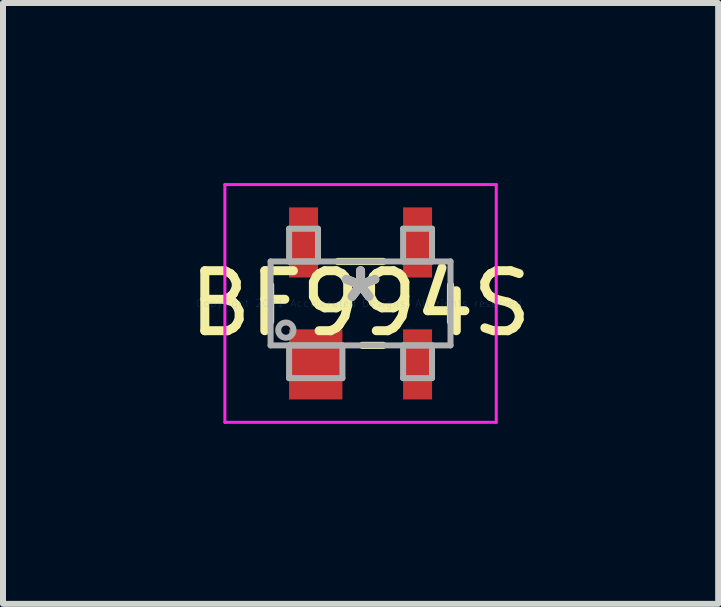
<source format=kicad_pcb>
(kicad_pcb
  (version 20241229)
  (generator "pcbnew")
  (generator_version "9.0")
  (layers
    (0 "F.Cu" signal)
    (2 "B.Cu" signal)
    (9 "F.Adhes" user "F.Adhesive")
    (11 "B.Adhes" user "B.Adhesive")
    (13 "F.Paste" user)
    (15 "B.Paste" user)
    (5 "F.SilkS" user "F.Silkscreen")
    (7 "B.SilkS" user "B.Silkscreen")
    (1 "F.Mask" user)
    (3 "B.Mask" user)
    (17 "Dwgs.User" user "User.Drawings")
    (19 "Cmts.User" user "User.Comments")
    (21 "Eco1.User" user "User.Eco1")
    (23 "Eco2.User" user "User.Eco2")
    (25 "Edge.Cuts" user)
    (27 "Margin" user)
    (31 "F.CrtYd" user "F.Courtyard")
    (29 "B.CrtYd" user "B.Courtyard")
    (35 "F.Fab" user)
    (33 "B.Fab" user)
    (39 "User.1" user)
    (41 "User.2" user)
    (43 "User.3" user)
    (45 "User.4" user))
  (footprint "BF994S"
    (layer "F.Cu")
    (at 2.958 2.006)
    (property "Reference" "BF994S" (at 0 0 0) (layer "F.SilkS") (effects (font (size 1 1) (thickness 0.15))))
    (attr through_hole)
    (fp_line (start -1.499 0.304) (end -1.499 -0.304) (stroke (width 0.12) (type solid)) (layer "F.SilkS"))
    (fp_line (start -0.376 -0.699) (end 0.376 -0.699) (stroke (width 0.12) (type solid)) (layer "F.SilkS"))
    (fp_line (start 0.376 0.699) (end 0.03 0.699) (stroke (width 0.12) (type solid)) (layer "F.SilkS"))
    (fp_line (start 1.499 -0.304) (end 1.499 0.304) (stroke (width 0.12) (type solid)) (layer "F.SilkS"))
    (fp_line (start -2.261 -1.981) (end 2.261 -1.981) (stroke (width 0.05) (type solid)) (layer "F.CrtYd"))
    (fp_line (start -2.261 1.981) (end -2.261 -1.981) (stroke (width 0.05) (type solid)) (layer "F.CrtYd"))
    (fp_line (start 2.261 -1.981) (end 2.261 1.981) (stroke (width 0.05) (type solid)) (layer "F.CrtYd"))
    (fp_line (start 2.261 1.981) (end -2.261 1.981) (stroke (width 0.05) (type solid)) (layer "F.CrtYd"))
    (fp_line (start -1.499 -0.699) (end 1.499 -0.699) (stroke (width 0.1) (type solid)) (layer "F.Fab"))
    (fp_line (start -1.499 0.699) (end -1.499 -0.699) (stroke (width 0.1) (type solid)) (layer "F.Fab"))
    (fp_line (start -1.191 -1.245) (end -1.191 -0.699) (stroke (width 0.1) (type solid)) (layer "F.Fab"))
    (fp_line (start -1.191 -0.699) (end -0.709 -0.699) (stroke (width 0.1) (type solid)) (layer "F.Fab"))
    (fp_line (start -1.191 0.699) (end -1.191 1.245) (stroke (width 0.1) (type solid)) (layer "F.Fab"))
    (fp_line (start -1.191 1.245) (end -0.302 1.245) (stroke (width 0.1) (type solid)) (layer "F.Fab"))
    (fp_line (start -0.709 -1.245) (end -1.191 -1.245) (stroke (width 0.1) (type solid)) (layer "F.Fab"))
    (fp_line (start -0.709 -0.699) (end -0.709 -1.245) (stroke (width 0.1) (type solid)) (layer "F.Fab"))
    (fp_line (start -0.302 0.699) (end -1.191 0.699) (stroke (width 0.1) (type solid)) (layer "F.Fab"))
    (fp_line (start -0.302 1.245) (end -0.302 0.699) (stroke (width 0.1) (type solid)) (layer "F.Fab"))
    (fp_line (start 0.709 -1.245) (end 0.709 -0.699) (stroke (width 0.1) (type solid)) (layer "F.Fab"))
    (fp_line (start 0.709 -0.699) (end 1.191 -0.699) (stroke (width 0.1) (type solid)) (layer "F.Fab"))
    (fp_line (start 0.709 0.699) (end 0.709 1.245) (stroke (width 0.1) (type solid)) (layer "F.Fab"))
    (fp_line (start 0.709 1.245) (end 1.191 1.245) (stroke (width 0.1) (type solid)) (layer "F.Fab"))
    (fp_line (start 1.191 -1.245) (end 0.709 -1.245) (stroke (width 0.1) (type solid)) (layer "F.Fab"))
    (fp_line (start 1.191 -0.699) (end 1.191 -1.245) (stroke (width 0.1) (type solid)) (layer "F.Fab"))
    (fp_line (start 1.191 0.699) (end 0.709 0.699) (stroke (width 0.1) (type solid)) (layer "F.Fab"))
    (fp_line (start 1.191 1.245) (end 1.191 0.699) (stroke (width 0.1) (type solid)) (layer "F.Fab"))
    (fp_line (start 1.499 -0.699) (end 1.499 0.699) (stroke (width 0.1) (type solid)) (layer "F.Fab"))
    (fp_line (start 1.499 0.699) (end -1.499 0.699) (stroke (width 0.1) (type solid)) (layer "F.Fab"))
    (fp_circle (center -1.245 0.445) (end -1.118 0.445) (stroke (width 0.1) (type solid)) (fill no) (layer "F.Fab"))
    (fp_text user "*" (at 0 0 0) (layer "F.SilkS") (effects (font (size 1 1) (thickness 0.15))))
    (fp_text user "Copyright 2021 Accelerated Designs. All rights reserved." (at 0 0 0) (layer "Cmts.User") (effects (font (size 0.127 0.127) (thickness 0.002))))
    (fp_text user "*" (at 0 0 0) (layer "F.Fab") (effects (font (size 1 1) (thickness 0.15))))
    (pad "1" smd rect (at -0.747 1.016) (size 0.889 1.168) (layers "F.Cu" "F.Mask" "F.Paste"))
    (pad "2" smd rect (at 0.95 1.016) (size 0.483 1.168) (layers "F.Cu" "F.Mask" "F.Paste"))
    (pad "3" smd rect (at 0.95 -1.016) (size 0.483 1.168) (layers "F.Cu" "F.Mask" "F.Paste"))
    (pad "4" smd rect (at -0.95 -1.016) (size 0.483 1.168) (layers "F.Cu" "F.Mask" "F.Paste")))
  (gr_rect
    (start -3 -3)
    (end 8.917 7.012)
    (stroke (width 0.1) (type default))
    (fill no)
    (layer "Edge.Cuts")))
</source>
